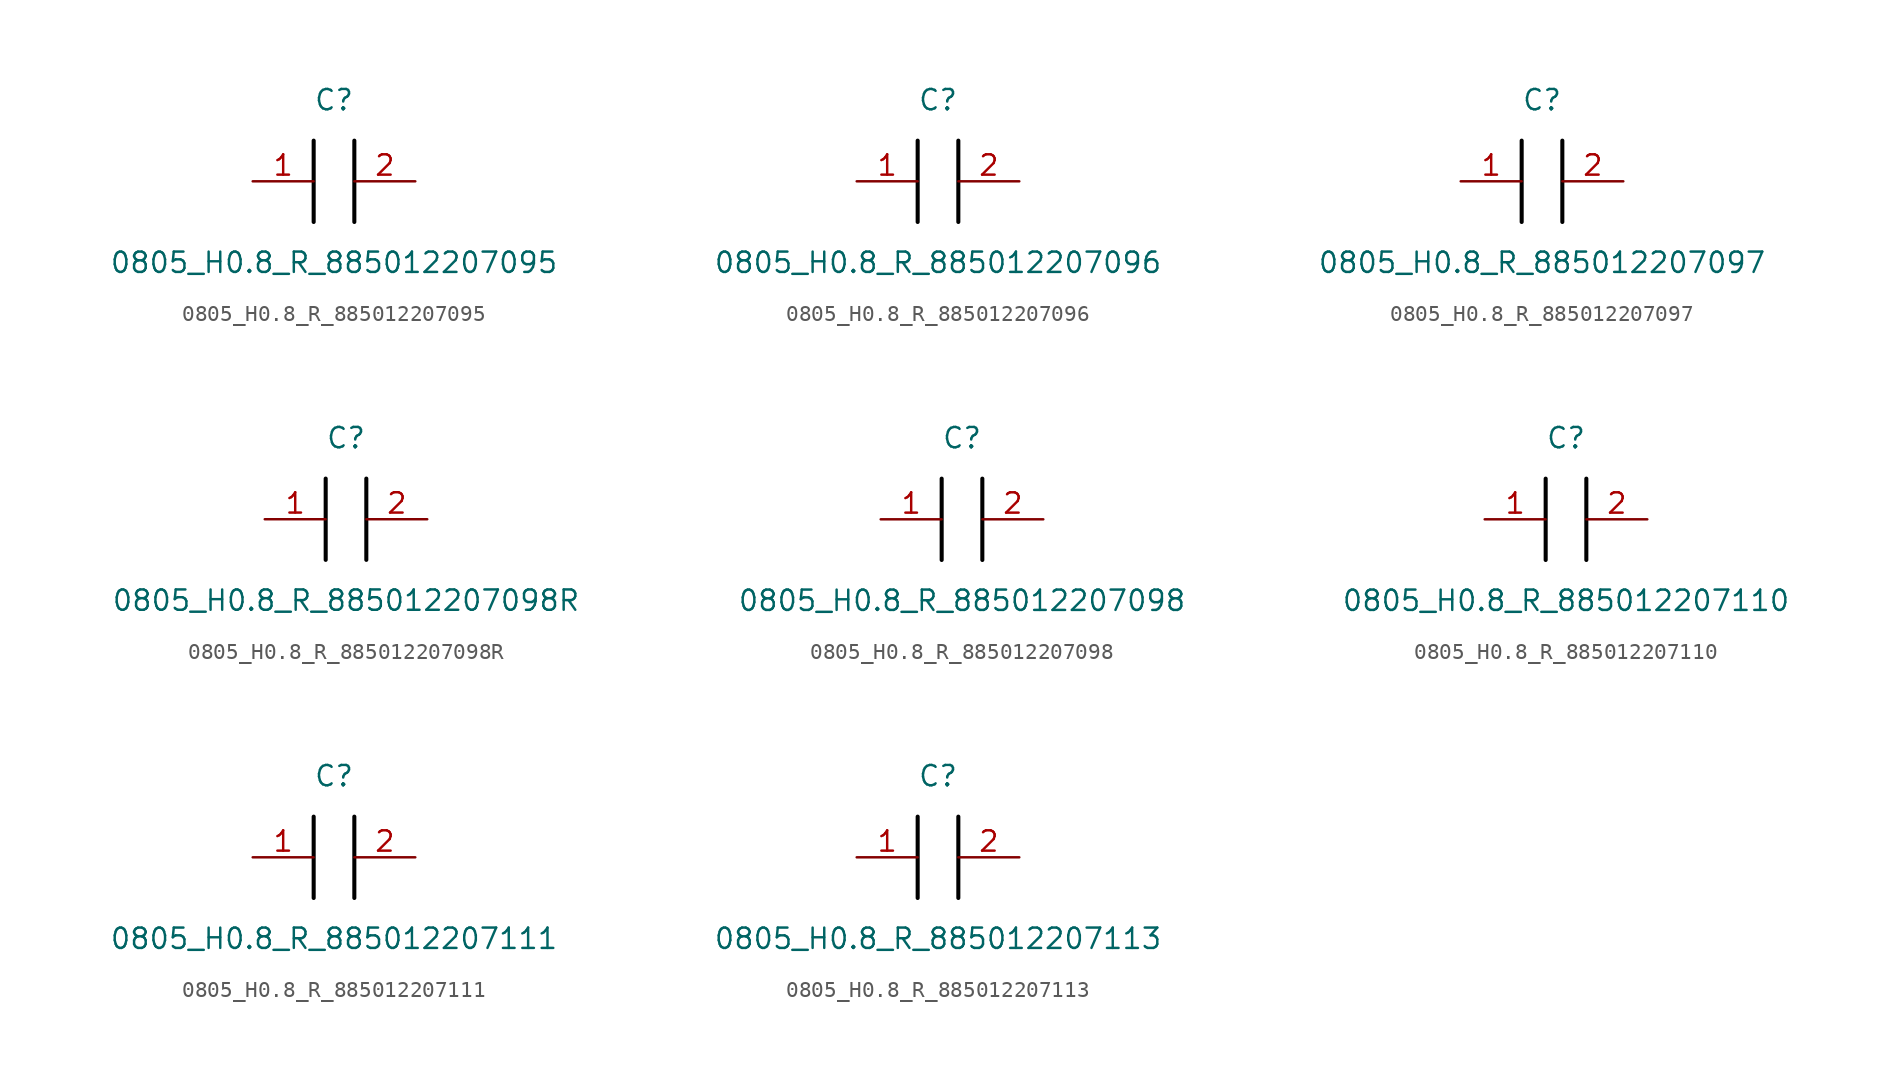
<source format=kicad_sym>
(kicad_symbol_lib
  (version 20220914)
  (generator kicad_symbol_editor)
  (symbol "0805_H0.8_R_885012207095"
    (pin_names hide)
    (property "Reference" "C"
      (at 0 5.08 0)
      (effects (font (size 1.27 1.27))))
    (property "Value" "0805_H0.8_R_885012207095"
      (at 0 -5.08 0)
      (effects (font (size 1.27 1.27))))
    (symbol "0805_H0.8_R_885012207095_1_1"
      (polyline (pts (xy -1.27 2.54) (xy -1.27 -2.54)) (stroke (width 0.254) (type default) (color 0 0 0 1)) (fill (type none)))
      (polyline (pts (xy 1.27 2.54) (xy 1.27 -2.54)) (stroke (width 0.254) (type default) (color 0 0 0 1)) (fill (type none)))
      (pin passive line (at -5.08 0 0) (length 3.81) (name "1" (effects (font (size 1.27 1.27)))) (number "1" (effects (font (size 1.27 1.27)))))
      (pin passive line (at 5.08 0 180) (length 3.81) (name "2" (effects (font (size 1.27 1.27)))) (number "2" (effects (font (size 1.27 1.27)))))))
  (symbol "0805_H0.8_R_885012207096"
    (pin_names hide)
    (property "Reference" "C"
      (at 0 5.08 0)
      (effects (font (size 1.27 1.27))))
    (property "Value" "0805_H0.8_R_885012207096"
      (at 0 -5.08 0)
      (effects (font (size 1.27 1.27))))
    (symbol "0805_H0.8_R_885012207096_1_1"
      (polyline (pts (xy -1.27 2.54) (xy -1.27 -2.54)) (stroke (width 0.254) (type default) (color 0 0 0 1)) (fill (type none)))
      (polyline (pts (xy 1.27 2.54) (xy 1.27 -2.54)) (stroke (width 0.254) (type default) (color 0 0 0 1)) (fill (type none)))
      (pin passive line (at -5.08 0 0) (length 3.81) (name "1" (effects (font (size 1.27 1.27)))) (number "1" (effects (font (size 1.27 1.27)))))
      (pin passive line (at 5.08 0 180) (length 3.81) (name "2" (effects (font (size 1.27 1.27)))) (number "2" (effects (font (size 1.27 1.27)))))))
  (symbol "0805_H0.8_R_885012207097"
    (pin_names hide)
    (property "Reference" "C"
      (at 0 5.08 0)
      (effects (font (size 1.27 1.27))))
    (property "Value" "0805_H0.8_R_885012207097"
      (at 0 -5.08 0)
      (effects (font (size 1.27 1.27))))
    (symbol "0805_H0.8_R_885012207097_1_1"
      (polyline (pts (xy -1.27 2.54) (xy -1.27 -2.54)) (stroke (width 0.254) (type default) (color 0 0 0 1)) (fill (type none)))
      (polyline (pts (xy 1.27 2.54) (xy 1.27 -2.54)) (stroke (width 0.254) (type default) (color 0 0 0 1)) (fill (type none)))
      (pin passive line (at -5.08 0 0) (length 3.81) (name "1" (effects (font (size 1.27 1.27)))) (number "1" (effects (font (size 1.27 1.27)))))
      (pin passive line (at 5.08 0 180) (length 3.81) (name "2" (effects (font (size 1.27 1.27)))) (number "2" (effects (font (size 1.27 1.27)))))))
  (symbol "0805_H0.8_R_885012207098R"
    (pin_names hide)
    (property "Reference" "C"
      (at 0 5.08 0)
      (effects (font (size 1.27 1.27))))
    (property "Value" "0805_H0.8_R_885012207098R"
      (at 0 -5.08 0)
      (effects (font (size 1.27 1.27))))
    (symbol "0805_H0.8_R_885012207098R_1_1"
      (polyline (pts (xy -1.27 2.54) (xy -1.27 -2.54)) (stroke (width 0.254) (type default) (color 0 0 0 1)) (fill (type none)))
      (polyline (pts (xy 1.27 2.54) (xy 1.27 -2.54)) (stroke (width 0.254) (type default) (color 0 0 0 1)) (fill (type none)))
      (pin passive line (at -5.08 0 0) (length 3.81) (name "1" (effects (font (size 1.27 1.27)))) (number "1" (effects (font (size 1.27 1.27)))))
      (pin passive line (at 5.08 0 180) (length 3.81) (name "2" (effects (font (size 1.27 1.27)))) (number "2" (effects (font (size 1.27 1.27)))))))
  (symbol "0805_H0.8_R_885012207098"
    (pin_names hide)
    (property "Reference" "C"
      (at 0 5.08 0)
      (effects (font (size 1.27 1.27))))
    (property "Value" "0805_H0.8_R_885012207098"
      (at 0 -5.08 0)
      (effects (font (size 1.27 1.27))))
    (symbol "0805_H0.8_R_885012207098_1_1"
      (polyline (pts (xy -1.27 2.54) (xy -1.27 -2.54)) (stroke (width 0.254) (type default) (color 0 0 0 1)) (fill (type none)))
      (polyline (pts (xy 1.27 2.54) (xy 1.27 -2.54)) (stroke (width 0.254) (type default) (color 0 0 0 1)) (fill (type none)))
      (pin passive line (at -5.08 0 0) (length 3.81) (name "1" (effects (font (size 1.27 1.27)))) (number "1" (effects (font (size 1.27 1.27)))))
      (pin passive line (at 5.08 0 180) (length 3.81) (name "2" (effects (font (size 1.27 1.27)))) (number "2" (effects (font (size 1.27 1.27)))))))
  (symbol "0805_H0.8_R_885012207110"
    (pin_names hide)
    (property "Reference" "C"
      (at 0 5.08 0)
      (effects (font (size 1.27 1.27))))
    (property "Value" "0805_H0.8_R_885012207110"
      (at 0 -5.08 0)
      (effects (font (size 1.27 1.27))))
    (symbol "0805_H0.8_R_885012207110_1_1"
      (polyline (pts (xy -1.27 2.54) (xy -1.27 -2.54)) (stroke (width 0.254) (type default) (color 0 0 0 1)) (fill (type none)))
      (polyline (pts (xy 1.27 2.54) (xy 1.27 -2.54)) (stroke (width 0.254) (type default) (color 0 0 0 1)) (fill (type none)))
      (pin passive line (at -5.08 0 0) (length 3.81) (name "1" (effects (font (size 1.27 1.27)))) (number "1" (effects (font (size 1.27 1.27)))))
      (pin passive line (at 5.08 0 180) (length 3.81) (name "2" (effects (font (size 1.27 1.27)))) (number "2" (effects (font (size 1.27 1.27)))))))
  (symbol "0805_H0.8_R_885012207111"
    (pin_names hide)
    (property "Reference" "C"
      (at 0 5.08 0)
      (effects (font (size 1.27 1.27))))
    (property "Value" "0805_H0.8_R_885012207111"
      (at 0 -5.08 0)
      (effects (font (size 1.27 1.27))))
    (symbol "0805_H0.8_R_885012207111_1_1"
      (polyline (pts (xy -1.27 2.54) (xy -1.27 -2.54)) (stroke (width 0.254) (type default) (color 0 0 0 1)) (fill (type none)))
      (polyline (pts (xy 1.27 2.54) (xy 1.27 -2.54)) (stroke (width 0.254) (type default) (color 0 0 0 1)) (fill (type none)))
      (pin passive line (at -5.08 0 0) (length 3.81) (name "1" (effects (font (size 1.27 1.27)))) (number "1" (effects (font (size 1.27 1.27)))))
      (pin passive line (at 5.08 0 180) (length 3.81) (name "2" (effects (font (size 1.27 1.27)))) (number "2" (effects (font (size 1.27 1.27)))))))
  (symbol "0805_H0.8_R_885012207113"
    (pin_names hide)
    (property "Reference" "C"
      (at 0 5.08 0)
      (effects (font (size 1.27 1.27))))
    (property "Value" "0805_H0.8_R_885012207113"
      (at 0 -5.08 0)
      (effects (font (size 1.27 1.27))))
    (symbol "0805_H0.8_R_885012207113_1_1"
      (polyline (pts (xy -1.27 2.54) (xy -1.27 -2.54)) (stroke (width 0.254) (type default) (color 0 0 0 1)) (fill (type none)))
      (polyline (pts (xy 1.27 2.54) (xy 1.27 -2.54)) (stroke (width 0.254) (type default) (color 0 0 0 1)) (fill (type none)))
      (pin passive line (at -5.08 0 0) (length 3.81) (name "1" (effects (font (size 1.27 1.27)))) (number "1" (effects (font (size 1.27 1.27)))))
      (pin passive line (at 5.08 0 180) (length 3.81) (name "2" (effects (font (size 1.27 1.27)))) (number "2" (effects (font (size 1.27 1.27))))))))
</source>
